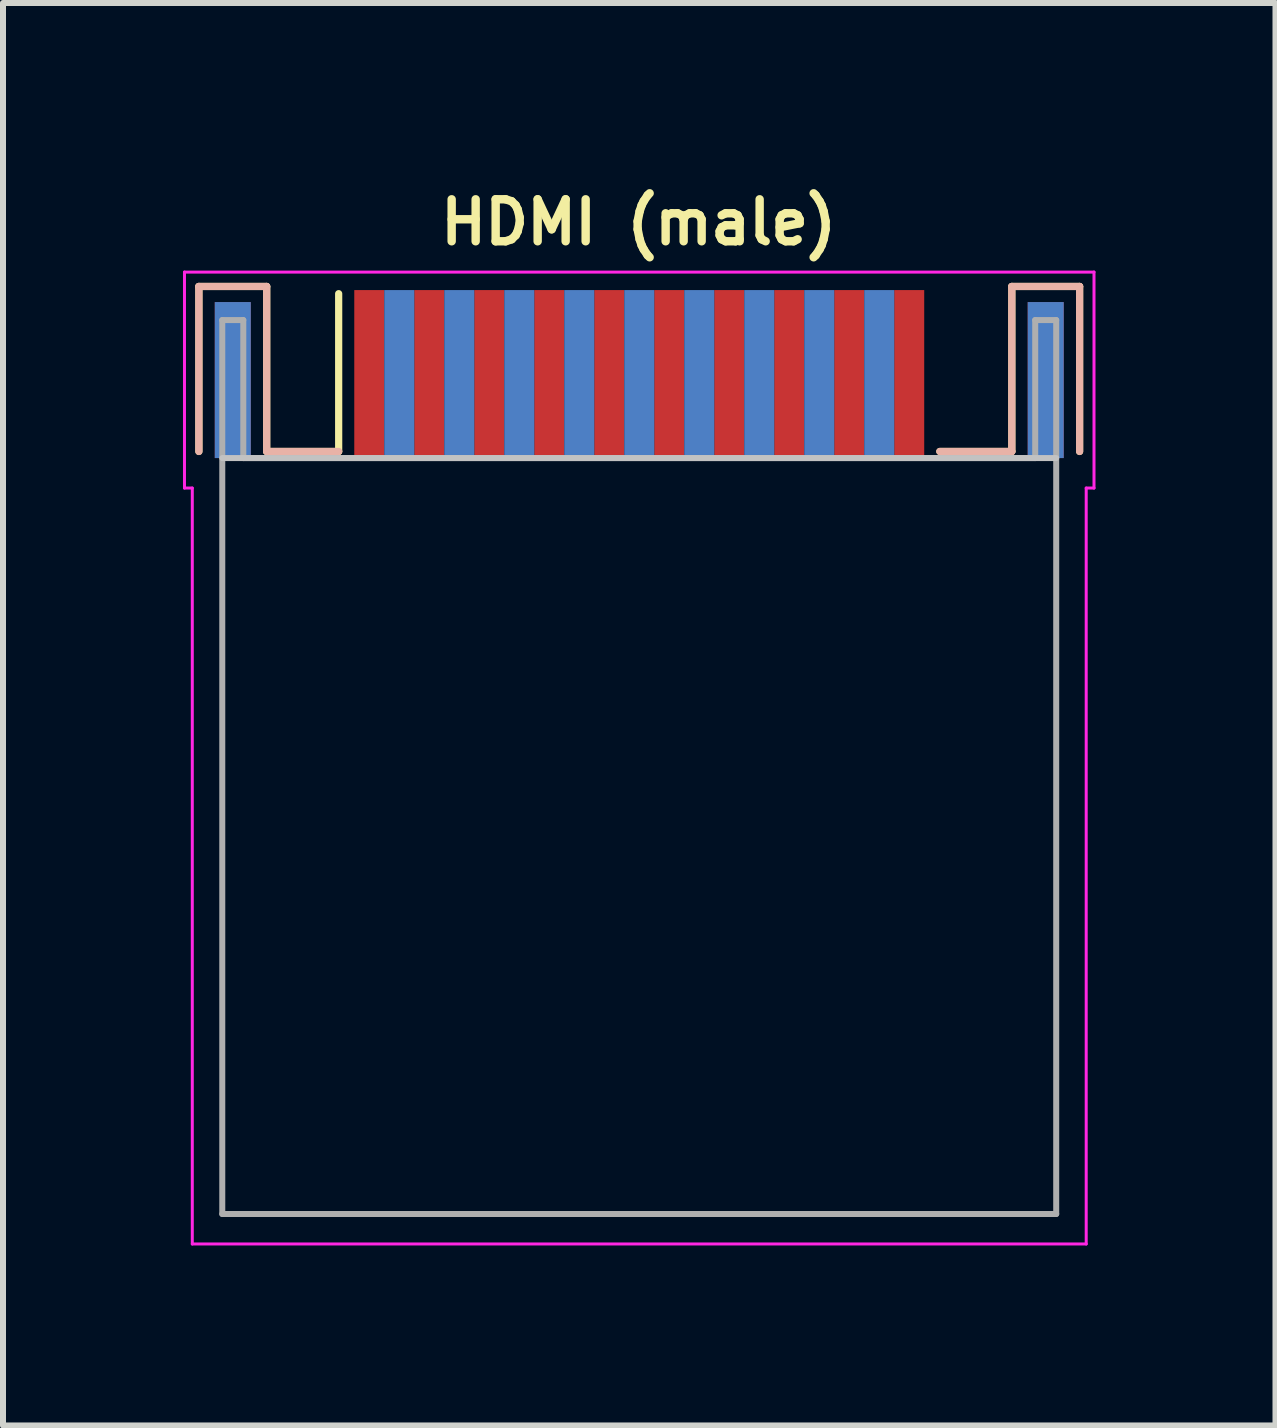
<source format=kicad_pcb>
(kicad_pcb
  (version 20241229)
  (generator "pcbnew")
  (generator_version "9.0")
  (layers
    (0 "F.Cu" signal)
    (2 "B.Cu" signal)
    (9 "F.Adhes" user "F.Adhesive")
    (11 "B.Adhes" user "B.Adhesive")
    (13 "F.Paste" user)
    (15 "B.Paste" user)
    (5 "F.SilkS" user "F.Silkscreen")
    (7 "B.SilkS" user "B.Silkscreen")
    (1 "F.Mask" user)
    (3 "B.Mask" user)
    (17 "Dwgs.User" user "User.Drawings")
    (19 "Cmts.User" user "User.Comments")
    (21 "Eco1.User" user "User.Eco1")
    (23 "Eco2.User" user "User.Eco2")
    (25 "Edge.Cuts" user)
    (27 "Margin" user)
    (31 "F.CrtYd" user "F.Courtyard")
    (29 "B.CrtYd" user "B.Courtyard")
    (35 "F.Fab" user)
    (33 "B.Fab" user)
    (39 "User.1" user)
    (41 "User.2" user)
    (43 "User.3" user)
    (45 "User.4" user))
  (footprint "HDMI (male)"
    (layer "F.Cu")
    (at 7.605 3.185)
    (property "Reference" "HDMI (male)" (at -0.01 -2.53 0) (layer "F.SilkS") (effects (font (size 0.7 0.7) (thickness 0.14) (bold yes))))
    (attr smd)
    (fp_line (start -7.34 -1.46) (end -6.21 -1.46) (stroke (width 0.12) (type solid)) (layer "F.SilkS"))
    (fp_line (start -7.34 1.29) (end -7.34 -1.46) (stroke (width 0.12) (type solid)) (layer "F.SilkS"))
    (fp_line (start -6.21 -1.46) (end -6.21 1.29) (stroke (width 0.12) (type solid)) (layer "F.SilkS"))
    (fp_line (start -6.21 1.29) (end -5.01 1.29) (stroke (width 0.12) (type solid)) (layer "F.SilkS"))
    (fp_line (start -5.01 1.29) (end -5.01 -1.34) (stroke (width 0.12) (type solid)) (layer "F.SilkS"))
    (fp_line (start 6.21 -1.46) (end 6.21 1.29) (stroke (width 0.12) (type solid)) (layer "F.SilkS"))
    (fp_line (start 6.21 1.29) (end 5.01 1.29) (stroke (width 0.12) (type solid)) (layer "F.SilkS"))
    (fp_line (start 7.34 -1.46) (end 6.21 -1.46) (stroke (width 0.12) (type solid)) (layer "F.SilkS"))
    (fp_line (start 7.34 1.29) (end 7.34 -1.46) (stroke (width 0.12) (type solid)) (layer "F.SilkS"))
    (fp_line (start -7.34 -1.46) (end -6.21 -1.46) (stroke (width 0.12) (type solid)) (layer "B.SilkS"))
    (fp_line (start -7.34 1.29) (end -7.34 -1.46) (stroke (width 0.12) (type solid)) (layer "B.SilkS"))
    (fp_line (start -6.21 -1.46) (end -6.21 1.29) (stroke (width 0.12) (type solid)) (layer "B.SilkS"))
    (fp_line (start -6.21 1.29) (end -5.01 1.29) (stroke (width 0.12) (type solid)) (layer "B.SilkS"))
    (fp_line (start 6.21 -1.46) (end 6.21 1.29) (stroke (width 0.12) (type solid)) (layer "B.SilkS"))
    (fp_line (start 6.21 1.29) (end 5.01 1.29) (stroke (width 0.12) (type solid)) (layer "B.SilkS"))
    (fp_line (start 7.34 -1.46) (end 6.21 -1.46) (stroke (width 0.12) (type solid)) (layer "B.SilkS"))
    (fp_line (start 7.34 1.29) (end 7.34 -1.46) (stroke (width 0.12) (type solid)) (layer "B.SilkS"))
    (fp_line (start -6.95 1.4) (end 6.95 1.4) (stroke (width 0.1) (type solid)) (layer "Dwgs.User"))
    (fp_line (start -7.58 1.9) (end -7.58 -1.7) (stroke (width 0.05) (type solid)) (layer "F.CrtYd"))
    (fp_line (start -7.45 1.9) (end -7.58 1.9) (stroke (width 0.05) (type solid)) (layer "F.CrtYd"))
    (fp_line (start -7.45 14.5) (end -7.45 1.9) (stroke (width 0.05) (type solid)) (layer "F.CrtYd"))
    (fp_line (start -7.45 14.5) (end 7.45 14.5) (stroke (width 0.05) (type solid)) (layer "F.CrtYd"))
    (fp_line (start 7.45 1.9) (end 7.58 1.9) (stroke (width 0.05) (type solid)) (layer "F.CrtYd"))
    (fp_line (start 7.45 14.5) (end 7.45 1.9) (stroke (width 0.05) (type solid)) (layer "F.CrtYd"))
    (fp_line (start 7.58 -1.7) (end -7.58 -1.7) (stroke (width 0.05) (type solid)) (layer "F.CrtYd"))
    (fp_line (start 7.58 1.9) (end 7.58 -1.7) (stroke (width 0.05) (type solid)) (layer "F.CrtYd"))
    (fp_line (start -6.95 -0.9) (end -6.95 14) (stroke (width 0.1) (type solid)) (layer "F.Fab"))
    (fp_line (start -6.95 -0.9) (end -6.6 -0.9) (stroke (width 0.1) (type solid)) (layer "F.Fab"))
    (fp_line (start -6.95 14) (end 6.95 14) (stroke (width 0.1) (type solid)) (layer "F.Fab"))
    (fp_line (start -6.6 -0.9) (end -6.6 1.4) (stroke (width 0.1) (type solid)) (layer "F.Fab"))
    (fp_line (start -6.6 1.4) (end 6.6 1.4) (stroke (width 0.1) (type solid)) (layer "F.Fab"))
    (fp_line (start 6.6 -0.9) (end 6.6 1.4) (stroke (width 0.1) (type solid)) (layer "F.Fab"))
    (fp_line (start 6.95 -0.9) (end 6.6 -0.9) (stroke (width 0.1) (type solid)) (layer "F.Fab"))
    (fp_line (start 6.95 -0.9) (end 6.95 14) (stroke (width 0.1) (type solid)) (layer "F.Fab"))
    (pad "1" smd rect (at -4.5 0) (size 0.5 2.8) (layers "F.Cu" "F.Mask" "F.Paste"))
    (pad "2" smd rect (at -4 0) (size 0.5 2.8) (layers "B.Cu" "B.Mask" "B.Paste"))
    (pad "3" smd rect (at -3.5 0) (size 0.5 2.8) (layers "F.Cu" "F.Mask" "F.Paste"))
    (pad "4" smd rect (at -3 0) (size 0.5 2.8) (layers "B.Cu" "B.Mask" "B.Paste"))
    (pad "5" smd rect (at -2.5 0) (size 0.5 2.8) (layers "F.Cu" "F.Mask" "F.Paste"))
    (pad "6" smd rect (at -2 0) (size 0.5 2.8) (layers "B.Cu" "B.Mask" "B.Paste"))
    (pad "7" smd rect (at -1.5 0) (size 0.5 2.8) (layers "F.Cu" "F.Mask" "F.Paste"))
    (pad "8" smd rect (at -1 0) (size 0.5 2.8) (layers "B.Cu" "B.Mask" "B.Paste"))
    (pad "9" smd rect (at -0.5 0) (size 0.5 2.8) (layers "F.Cu" "F.Mask" "F.Paste"))
    (pad "10" smd rect (at 0 0) (size 0.5 2.8) (layers "B.Cu" "B.Mask" "B.Paste"))
    (pad "11" smd rect (at 0.5 0) (size 0.5 2.8) (layers "F.Cu" "F.Mask" "F.Paste"))
    (pad "12" smd rect (at 1 0) (size 0.5 2.8) (layers "B.Cu" "B.Mask" "B.Paste"))
    (pad "13" smd rect (at 1.5 0) (size 0.5 2.8) (layers "F.Cu" "F.Mask" "F.Paste"))
    (pad "14" smd rect (at 2 0) (size 0.5 2.8) (layers "B.Cu" "B.Mask" "B.Paste"))
    (pad "15" smd rect (at 2.5 0) (size 0.5 2.8) (layers "F.Cu" "F.Mask" "F.Paste"))
    (pad "16" smd rect (at 3 0) (size 0.5 2.8) (layers "B.Cu" "B.Mask" "B.Paste"))
    (pad "17" smd rect (at 3.5 0) (size 0.5 2.8) (layers "F.Cu" "F.Mask" "F.Paste"))
    (pad "18" smd rect (at 4 0) (size 0.5 2.8) (layers "B.Cu" "B.Mask" "B.Paste"))
    (pad "19" smd rect (at 4.5 0) (size 0.5 2.8) (layers "F.Cu" "F.Mask" "F.Paste"))
    (pad "SH" smd rect (at -6.775 0.1) (size 0.6 2.6) (layers "F.Cu" "F.Mask" "F.Paste"))
    (pad "SH" smd rect (at -6.775 0.1) (size 0.6 2.6) (layers "B.Cu" "B.Mask" "B.Paste"))
    (pad "SH" smd rect (at 6.775 0.1) (size 0.6 2.6) (layers "F.Cu" "F.Mask" "F.Paste"))
    (pad "SH" smd rect (at 6.775 0.1) (size 0.6 2.6) (layers "B.Cu" "B.Mask" "B.Paste")))
  (gr_rect
    (start -3 -3)
    (end 18.21 20.71)
    (stroke (width 0.1) (type default))
    (fill no)
    (layer "Edge.Cuts")))
</source>
